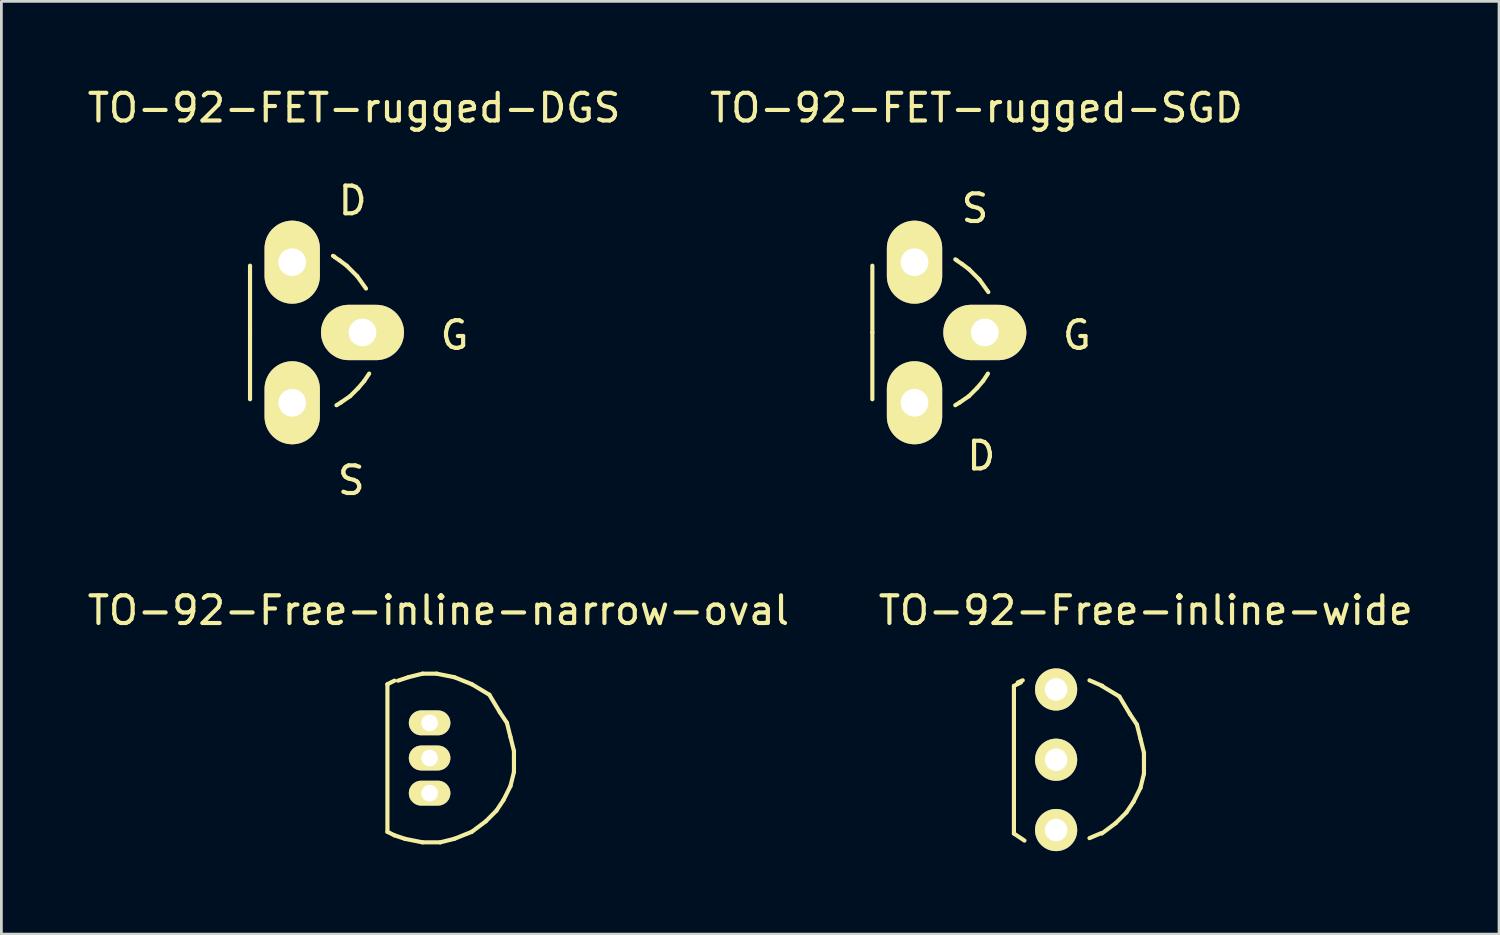
<source format=kicad_pcb>
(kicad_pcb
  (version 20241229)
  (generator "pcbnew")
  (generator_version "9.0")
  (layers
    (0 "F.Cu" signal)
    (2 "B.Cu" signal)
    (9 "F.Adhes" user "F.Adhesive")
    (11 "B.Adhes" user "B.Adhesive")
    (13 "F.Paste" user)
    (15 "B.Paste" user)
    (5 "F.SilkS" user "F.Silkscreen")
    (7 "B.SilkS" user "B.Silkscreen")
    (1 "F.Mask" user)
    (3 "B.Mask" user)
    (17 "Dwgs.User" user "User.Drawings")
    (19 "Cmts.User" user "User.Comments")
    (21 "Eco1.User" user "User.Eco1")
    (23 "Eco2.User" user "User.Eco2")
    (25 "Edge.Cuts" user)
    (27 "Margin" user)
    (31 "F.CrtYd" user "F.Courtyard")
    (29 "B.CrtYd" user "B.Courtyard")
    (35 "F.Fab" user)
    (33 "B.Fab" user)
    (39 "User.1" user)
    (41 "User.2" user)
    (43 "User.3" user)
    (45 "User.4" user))
  (footprint "TO-92-FET-rugged-SGD"
    (layer "F.Cu")
    (at 29.997 8.964)
    (property "Reference" "TO-92-FET-rugged-SGD" (at 2.235 -8.115 0) (layer "F.SilkS") (effects (font (size 1 1) (thickness 0.15))))
    (attr through_hole)
    (fp_line (start -1.524 0) (end -1.524 -2.413) (stroke (width 0.15) (type solid)) (layer "F.SilkS"))
    (fp_line (start -1.524 0) (end -1.524 2.413) (stroke (width 0.15) (type solid)) (layer "F.SilkS"))
    (fp_line (start 1.524 -2.616) (end 1.473 -2.642) (stroke (width 0.15) (type solid)) (layer "F.SilkS"))
    (fp_line (start 1.524 -2.603) (end 1.714 -2.477) (stroke (width 0.15) (type solid)) (layer "F.SilkS"))
    (fp_line (start 1.638 2.527) (end 1.473 2.629) (stroke (width 0.15) (type solid)) (layer "F.SilkS"))
    (fp_line (start 1.714 -2.477) (end 1.968 -2.286) (stroke (width 0.15) (type solid)) (layer "F.SilkS"))
    (fp_line (start 1.968 -2.286) (end 2.349 -1.905) (stroke (width 0.15) (type solid)) (layer "F.SilkS"))
    (fp_line (start 1.968 2.299) (end 1.638 2.527) (stroke (width 0.15) (type solid)) (layer "F.SilkS"))
    (fp_line (start 2.261 2.007) (end 1.968 2.299) (stroke (width 0.15) (type solid)) (layer "F.SilkS"))
    (fp_line (start 2.349 -1.905) (end 2.667 -1.46) (stroke (width 0.15) (type solid)) (layer "F.SilkS"))
    (fp_line (start 2.477 1.753) (end 2.261 2.007) (stroke (width 0.15) (type solid)) (layer "F.SilkS"))
    (fp_line (start 2.654 1.486) (end 2.477 1.753) (stroke (width 0.15) (type solid)) (layer "F.SilkS"))
    (fp_text user "D" (at 2.413 4.458 0) (layer "F.SilkS") (effects (font (size 1 1) (thickness 0.15))))
    (fp_text user "S" (at 2.184 -4.483 0) (layer "F.SilkS") (effects (font (size 1 1) (thickness 0.15))))
    (fp_text user "G" (at 5.867 0.102 0) (layer "F.SilkS") (effects (font (size 1 1) (thickness 0.15))))
    (pad "D" thru_hole oval (at 0 2.54) (size 1.999 3) (drill 1.001) (layers "*.Cu" "*.Mask" "F.SilkS"))
    (pad "G" thru_hole oval (at 2.54 0) (size 3 1.999) (drill 1.001) (layers "*.Cu" "*.Mask" "F.SilkS"))
    (pad "S" thru_hole oval (at 0 -2.54) (size 1.999 3) (drill 1.001) (layers "*.Cu" "*.Mask" "F.SilkS")))
  (footprint "TO-92-Free-inline-wide"
    (layer "F.Cu")
    (at 35.113 24.404)
    (property "Reference" "TO-92-Free-inline-wide" (at 3.239 -5.397 0) (layer "F.SilkS") (effects (font (size 1 1) (thickness 0.15))))
    (attr through_hole)
    (fp_line (start -1.524 -2.667) (end -1.524 2.667) (stroke (width 0.15) (type solid)) (layer "F.SilkS"))
    (fp_line (start -1.524 -2.667) (end -1.27 -2.794) (stroke (width 0.15) (type solid)) (layer "F.SilkS"))
    (fp_line (start -1.524 2.667) (end -1.143 2.921) (stroke (width 0.15) (type solid)) (layer "F.SilkS"))
    (fp_line (start -1.384 -2.794) (end -1.206 -2.87) (stroke (width 0.15) (type solid)) (layer "F.SilkS"))
    (fp_line (start 1.626 2.654) (end 1.206 2.832) (stroke (width 0.15) (type solid)) (layer "F.SilkS"))
    (fp_line (start 1.651 -2.667) (end 2.286 -2.286) (stroke (width 0.15) (type solid)) (layer "F.SilkS"))
    (fp_line (start 1.676 -2.667) (end 1.206 -2.87) (stroke (width 0.15) (type solid)) (layer "F.SilkS"))
    (fp_line (start 2.159 2.286) (end 1.651 2.667) (stroke (width 0.15) (type solid)) (layer "F.SilkS"))
    (fp_line (start 2.286 -2.286) (end 2.667 -1.651) (stroke (width 0.15) (type solid)) (layer "F.SilkS"))
    (fp_line (start 2.54 1.905) (end 2.159 2.286) (stroke (width 0.15) (type solid)) (layer "F.SilkS"))
    (fp_line (start 2.667 -1.651) (end 2.921 -1.27) (stroke (width 0.15) (type solid)) (layer "F.SilkS"))
    (fp_line (start 2.794 1.524) (end 2.54 1.905) (stroke (width 0.15) (type solid)) (layer "F.SilkS"))
    (fp_line (start 2.921 -1.27) (end 3.048 -0.762) (stroke (width 0.15) (type solid)) (layer "F.SilkS"))
    (fp_line (start 3.048 -0.762) (end 3.175 -0.254) (stroke (width 0.15) (type solid)) (layer "F.SilkS"))
    (fp_line (start 3.048 1.016) (end 2.794 1.524) (stroke (width 0.15) (type solid)) (layer "F.SilkS"))
    (fp_line (start 3.175 -0.254) (end 3.175 0) (stroke (width 0.15) (type solid)) (layer "F.SilkS"))
    (fp_line (start 3.175 0) (end 3.175 0.508) (stroke (width 0.15) (type solid)) (layer "F.SilkS"))
    (fp_line (start 3.175 0.508) (end 3.048 1.016) (stroke (width 0.15) (type solid)) (layer "F.SilkS"))
    (pad "1" thru_hole circle (at 0 -2.54) (size 1.524 1.524) (drill 0.813) (layers "*.Cu" "*.Mask" "F.SilkS"))
    (pad "2" thru_hole circle (at 0 0) (size 1.524 1.524) (drill 0.813) (layers "*.Cu" "*.Mask" "F.SilkS"))
    (pad "3" thru_hole circle (at 0 2.54) (size 1.524 1.524) (drill 0.813) (layers "*.Cu" "*.Mask" "F.SilkS")))
  (footprint "TO-92-FET-rugged-DGS"
    (layer "F.Cu")
    (at 7.509 8.964)
    (property "Reference" "TO-92-FET-rugged-DGS" (at 2.235 -8.115 0) (layer "F.SilkS") (effects (font (size 1 1) (thickness 0.15))))
    (attr through_hole)
    (fp_line (start -1.524 0) (end -1.524 -2.413) (stroke (width 0.15) (type solid)) (layer "F.SilkS"))
    (fp_line (start -1.524 0) (end -1.524 2.413) (stroke (width 0.15) (type solid)) (layer "F.SilkS"))
    (fp_line (start 1.524 -2.743) (end 1.473 -2.769) (stroke (width 0.15) (type solid)) (layer "F.SilkS"))
    (fp_line (start 1.524 -2.731) (end 1.714 -2.603) (stroke (width 0.15) (type solid)) (layer "F.SilkS"))
    (fp_line (start 1.714 -2.603) (end 1.968 -2.413) (stroke (width 0.15) (type solid)) (layer "F.SilkS"))
    (fp_line (start 1.765 2.527) (end 1.6 2.629) (stroke (width 0.15) (type solid)) (layer "F.SilkS"))
    (fp_line (start 1.968 -2.413) (end 2.349 -2.032) (stroke (width 0.15) (type solid)) (layer "F.SilkS"))
    (fp_line (start 2.095 2.299) (end 1.765 2.527) (stroke (width 0.15) (type solid)) (layer "F.SilkS"))
    (fp_line (start 2.349 -2.032) (end 2.667 -1.587) (stroke (width 0.15) (type solid)) (layer "F.SilkS"))
    (fp_line (start 2.388 2.007) (end 2.095 2.299) (stroke (width 0.15) (type solid)) (layer "F.SilkS"))
    (fp_line (start 2.603 1.753) (end 2.388 2.007) (stroke (width 0.15) (type solid)) (layer "F.SilkS"))
    (fp_line (start 2.781 1.486) (end 2.603 1.753) (stroke (width 0.15) (type solid)) (layer "F.SilkS"))
    (fp_text user "S" (at 2.134 5.347 0) (layer "F.SilkS") (effects (font (size 1 1) (thickness 0.15))))
    (fp_text user "G" (at 5.867 0.102 0) (layer "F.SilkS") (effects (font (size 1 1) (thickness 0.15))))
    (fp_text user "D" (at 2.184 -4.763 0) (layer "F.SilkS") (effects (font (size 1 1) (thickness 0.15))))
    (pad "D" thru_hole oval (at 0 -2.54) (size 1.999 3) (drill 1.001) (layers "*.Cu" "*.Mask" "F.SilkS"))
    (pad "G" thru_hole oval (at 2.54 0) (size 3 1.999) (drill 1.001) (layers "*.Cu" "*.Mask" "F.SilkS"))
    (pad "S" thru_hole oval (at 0 2.54) (size 1.999 3) (drill 1.001) (layers "*.Cu" "*.Mask" "F.SilkS")))
  (footprint "TO-92-Free-inline-narrow-oval"
    (layer "F.Cu")
    (at 12.474 24.341)
    (property "Reference" "TO-92-Free-inline-narrow-oval" (at 0.318 -5.334 0) (layer "F.SilkS") (effects (font (size 1 1) (thickness 0.15))))
    (attr through_hole)
    (fp_line (start -1.524 -2.667) (end -1.524 2.667) (stroke (width 0.15) (type solid)) (layer "F.SilkS"))
    (fp_line (start -1.524 -2.667) (end -1.27 -2.794) (stroke (width 0.15) (type solid)) (layer "F.SilkS"))
    (fp_line (start -1.27 2.794) (end -1.524 2.667) (stroke (width 0.15) (type solid)) (layer "F.SilkS"))
    (fp_line (start -1.143 -2.794) (end -0.762 -2.921) (stroke (width 0.15) (type solid)) (layer "F.SilkS"))
    (fp_line (start -0.889 2.921) (end -1.27 2.794) (stroke (width 0.15) (type solid)) (layer "F.SilkS"))
    (fp_line (start -0.762 -2.921) (end -0.254 -3.048) (stroke (width 0.15) (type solid)) (layer "F.SilkS"))
    (fp_line (start -0.254 -3.048) (end 0.254 -3.048) (stroke (width 0.15) (type solid)) (layer "F.SilkS"))
    (fp_line (start -0.254 3.048) (end -0.889 2.921) (stroke (width 0.15) (type solid)) (layer "F.SilkS"))
    (fp_line (start 0.254 -3.048) (end 0.889 -2.921) (stroke (width 0.15) (type solid)) (layer "F.SilkS"))
    (fp_line (start 0.381 3.048) (end -0.254 3.048) (stroke (width 0.15) (type solid)) (layer "F.SilkS"))
    (fp_line (start 0.889 -2.921) (end 1.524 -2.667) (stroke (width 0.15) (type solid)) (layer "F.SilkS"))
    (fp_line (start 0.889 2.921) (end 0.381 3.048) (stroke (width 0.15) (type solid)) (layer "F.SilkS"))
    (fp_line (start 1.524 -2.667) (end 2.159 -2.286) (stroke (width 0.15) (type solid)) (layer "F.SilkS"))
    (fp_line (start 1.524 2.667) (end 0.889 2.921) (stroke (width 0.15) (type solid)) (layer "F.SilkS"))
    (fp_line (start 2.032 2.286) (end 1.524 2.667) (stroke (width 0.15) (type solid)) (layer "F.SilkS"))
    (fp_line (start 2.159 -2.286) (end 2.54 -1.651) (stroke (width 0.15) (type solid)) (layer "F.SilkS"))
    (fp_line (start 2.413 1.905) (end 2.032 2.286) (stroke (width 0.15) (type solid)) (layer "F.SilkS"))
    (fp_line (start 2.54 -1.651) (end 2.794 -1.27) (stroke (width 0.15) (type solid)) (layer "F.SilkS"))
    (fp_line (start 2.667 1.524) (end 2.413 1.905) (stroke (width 0.15) (type solid)) (layer "F.SilkS"))
    (fp_line (start 2.794 -1.27) (end 2.921 -0.762) (stroke (width 0.15) (type solid)) (layer "F.SilkS"))
    (fp_line (start 2.921 -0.762) (end 3.048 -0.254) (stroke (width 0.15) (type solid)) (layer "F.SilkS"))
    (fp_line (start 2.921 1.016) (end 2.667 1.524) (stroke (width 0.15) (type solid)) (layer "F.SilkS"))
    (fp_line (start 3.048 -0.254) (end 3.048 0) (stroke (width 0.15) (type solid)) (layer "F.SilkS"))
    (fp_line (start 3.048 0) (end 3.048 0.508) (stroke (width 0.15) (type solid)) (layer "F.SilkS"))
    (fp_line (start 3.048 0.508) (end 2.921 1.016) (stroke (width 0.15) (type solid)) (layer "F.SilkS"))
    (pad "1" thru_hole oval (at 0 -1.27 90) (size 0.899 1.501) (drill 0.599) (layers "*.Cu" "*.Mask" "F.SilkS"))
    (pad "2" thru_hole oval (at 0 0 90) (size 0.899 1.501) (drill 0.599) (layers "*.Cu" "*.Mask" "F.SilkS"))
    (pad "3" thru_hole oval (at 0 1.27 90) (size 0.899 1.501) (drill 0.599) (layers "*.Cu" "*.Mask" "F.SilkS")))
  (gr_rect
    (start -3 -3)
    (end 51.119 30.706)
    (stroke (width 0.1) (type default))
    (fill no)
    (layer "Edge.Cuts")))
</source>
